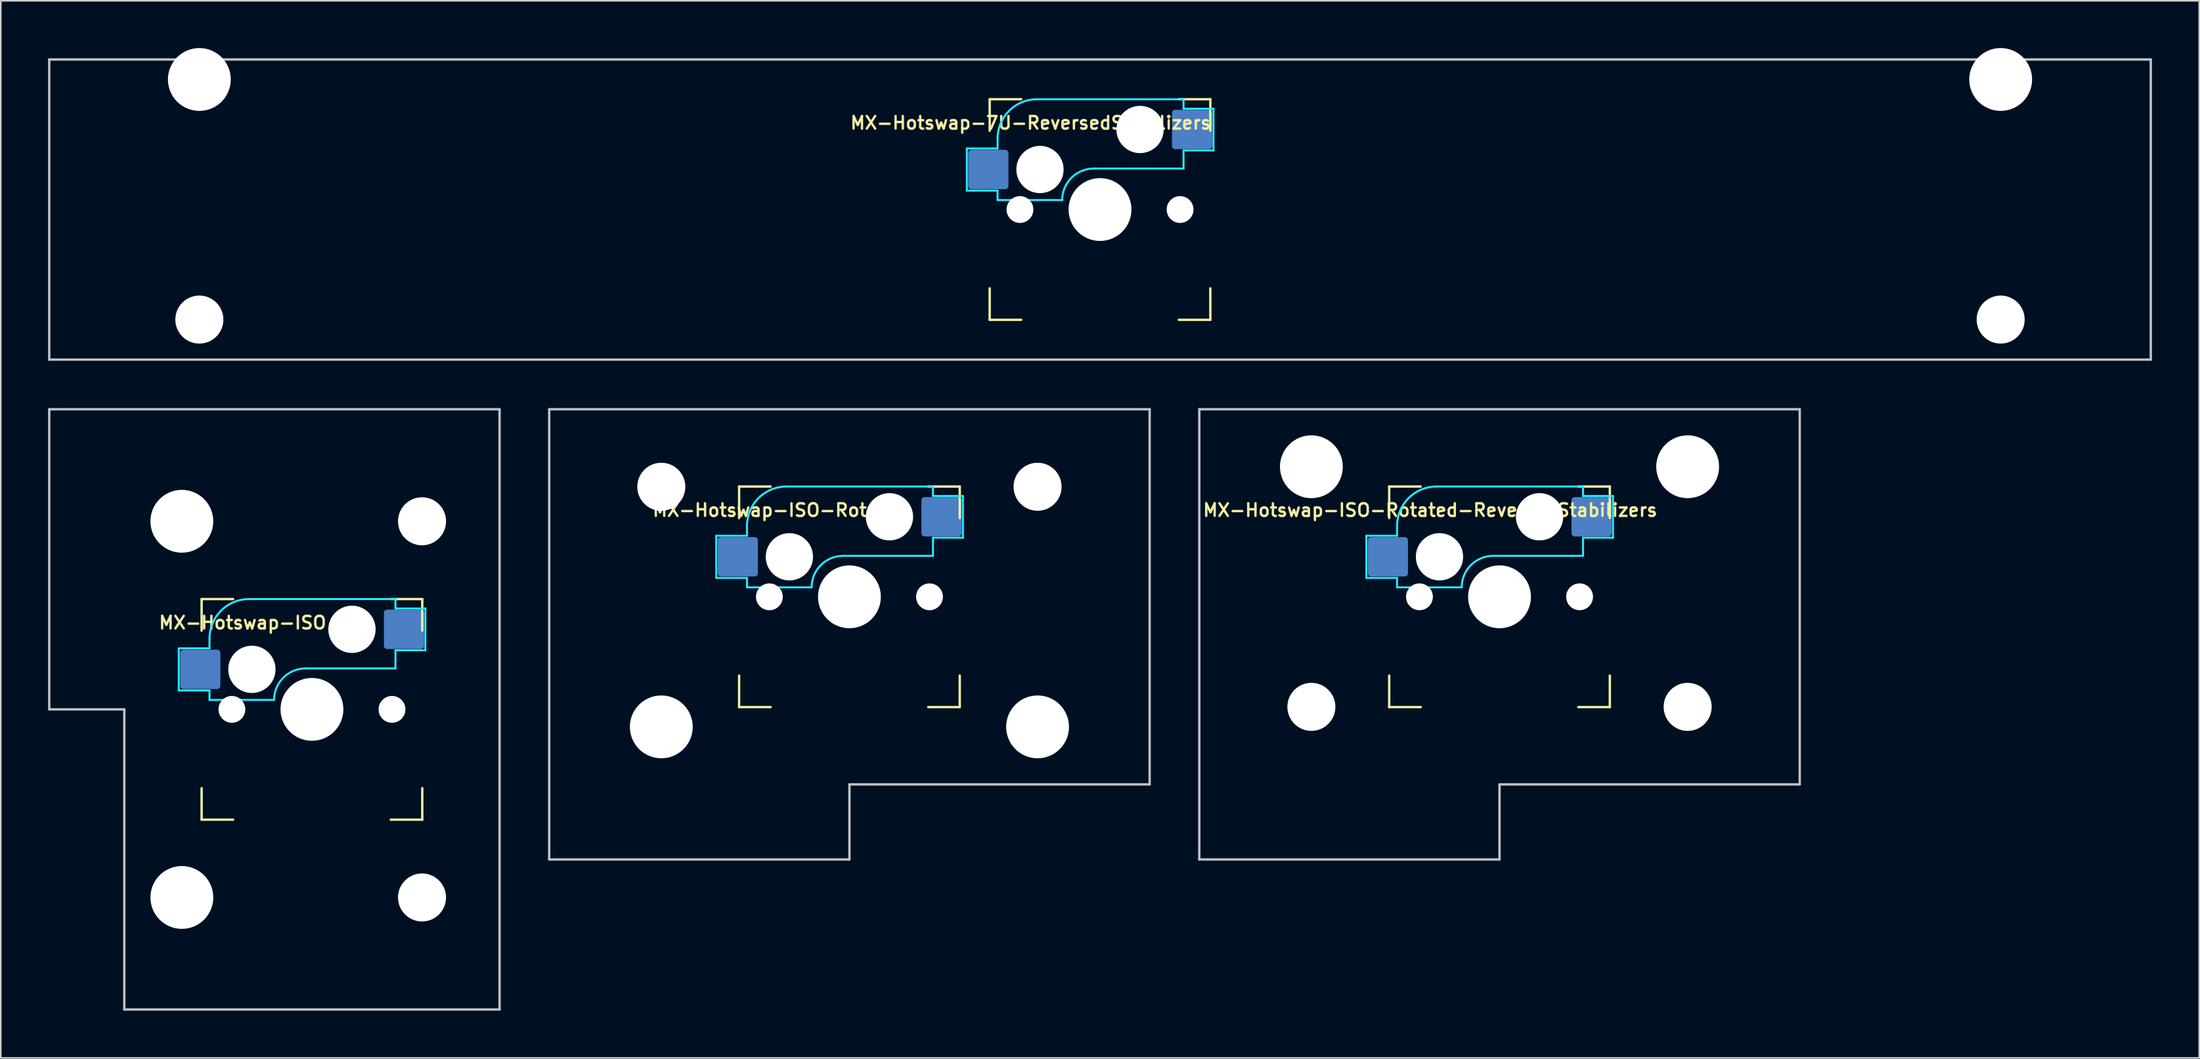
<source format=kicad_pcb>
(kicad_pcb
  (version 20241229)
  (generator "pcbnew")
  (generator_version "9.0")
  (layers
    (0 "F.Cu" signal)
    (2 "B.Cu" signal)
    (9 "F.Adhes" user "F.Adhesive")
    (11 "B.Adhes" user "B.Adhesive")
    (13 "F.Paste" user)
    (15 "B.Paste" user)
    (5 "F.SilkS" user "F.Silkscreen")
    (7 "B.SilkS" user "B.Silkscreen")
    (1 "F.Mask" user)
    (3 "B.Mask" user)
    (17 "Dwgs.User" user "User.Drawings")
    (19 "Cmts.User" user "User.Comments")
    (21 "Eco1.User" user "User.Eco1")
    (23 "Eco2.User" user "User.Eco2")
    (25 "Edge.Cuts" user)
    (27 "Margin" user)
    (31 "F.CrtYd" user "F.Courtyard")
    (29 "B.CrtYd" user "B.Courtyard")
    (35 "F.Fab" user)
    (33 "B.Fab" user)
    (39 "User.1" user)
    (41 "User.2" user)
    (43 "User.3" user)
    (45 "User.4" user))
  (footprint "MX-Hotswap-ISO"
    (layer "F.Cu")
    (at 16.744 41.974)
    (property "Reference" "MX-Hotswap-ISO" (at -4.4 -5.5 0) (layer "F.SilkS") (effects (font (size 0.8 0.8) (thickness 0.15))))
    (attr smd)
    (fp_line (start -7 -7) (end -7 -5) (stroke (width 0.15) (type solid)) (layer "F.SilkS"))
    (fp_line (start -7 5) (end -7 7) (stroke (width 0.15) (type solid)) (layer "F.SilkS"))
    (fp_line (start -7 7) (end -5 7) (stroke (width 0.15) (type solid)) (layer "F.SilkS"))
    (fp_line (start -5 -7) (end -7 -7) (stroke (width 0.15) (type solid)) (layer "F.SilkS"))
    (fp_line (start 5 -7) (end 7 -7) (stroke (width 0.15) (type solid)) (layer "F.SilkS"))
    (fp_line (start 5 7) (end 7 7) (stroke (width 0.15) (type solid)) (layer "F.SilkS"))
    (fp_line (start 7 -7) (end 7 -5) (stroke (width 0.15) (type solid)) (layer "F.SilkS"))
    (fp_line (start 7 7) (end 7 5) (stroke (width 0.15) (type solid)) (layer "F.SilkS"))
    (fp_line (start -16.669 -19.05) (end -16.669 0) (stroke (width 0.15) (type solid)) (layer "Dwgs.User"))
    (fp_line (start -16.669 -19.05) (end 11.906 -19.05) (stroke (width 0.15) (type solid)) (layer "Dwgs.User"))
    (fp_line (start -11.906 0) (end -16.669 0) (stroke (width 0.15) (type solid)) (layer "Dwgs.User"))
    (fp_line (start -11.906 19.05) (end -11.906 0) (stroke (width 0.15) (type solid)) (layer "Dwgs.User"))
    (fp_line (start -11.906 19.05) (end 11.906 19.05) (stroke (width 0.15) (type solid)) (layer "Dwgs.User"))
    (fp_line (start 11.906 -19.05) (end 11.906 19.05) (stroke (width 0.15) (type solid)) (layer "Dwgs.User"))
    (fp_line (start -8.45 -3.875) (end -8.45 -1.2) (stroke (width 0.127) (type solid)) (layer "B.CrtYd"))
    (fp_line (start -8.45 -1.2) (end -6.5 -1.2) (stroke (width 0.127) (type solid)) (layer "B.CrtYd"))
    (fp_line (start -6.5 -4.5) (end -6.5 -3.875) (stroke (width 0.127) (type solid)) (layer "B.CrtYd"))
    (fp_line (start -6.5 -3.875) (end -8.45 -3.875) (stroke (width 0.127) (type solid)) (layer "B.CrtYd"))
    (fp_line (start -6.5 -0.6) (end -6.5 -1.2) (stroke (width 0.127) (type solid)) (layer "B.CrtYd"))
    (fp_line (start -6.5 -0.6) (end -2.4 -0.6) (stroke (width 0.127) (type solid)) (layer "B.CrtYd"))
    (fp_line (start -0.4 -2.6) (end 5.3 -2.6) (stroke (width 0.127) (type solid)) (layer "B.CrtYd"))
    (fp_line (start 5.3 -7) (end -4 -7) (stroke (width 0.127) (type solid)) (layer "B.CrtYd"))
    (fp_line (start 5.3 -7) (end 5.3 -6.4) (stroke (width 0.127) (type solid)) (layer "B.CrtYd"))
    (fp_line (start 5.3 -6.4) (end 7.2 -6.4) (stroke (width 0.127) (type solid)) (layer "B.CrtYd"))
    (fp_line (start 5.3 -2.6) (end 5.3 -3.75) (stroke (width 0.127) (type solid)) (layer "B.CrtYd"))
    (fp_line (start 7.2 -6.4) (end 7.2 -3.75) (stroke (width 0.127) (type solid)) (layer "B.CrtYd"))
    (fp_line (start 7.2 -3.75) (end 5.3 -3.75) (stroke (width 0.127) (type solid)) (layer "B.CrtYd"))
    (fp_arc (start -6.5 -4.5) (mid -5.767767 -6.267767) (end -4 -7) (stroke (width 0.127) (type solid)) (layer "B.CrtYd"))
    (fp_arc (start -2.4 -0.6) (mid -1.814214 -2.014214) (end -0.4 -2.6) (stroke (width 0.127) (type solid)) (layer "B.CrtYd"))
    (pad "" np_thru_hole circle (at -8.255 -11.938) (size 3.988 3.988) (drill 3.988) (layers "*.Cu" "*.Mask"))
    (pad "" np_thru_hole circle (at -8.255 11.938) (size 3.988 3.988) (drill 3.988) (layers "*.Cu" "*.Mask"))
    (pad "" np_thru_hole circle (at -5.08 0 48.099) (size 1.702 1.702) (drill 1.702) (layers "*.Cu" "*.Mask"))
    (pad "" np_thru_hole circle (at -3.81 -2.54) (size 3 3) (drill 3) (layers "*.Cu" "*.Mask"))
    (pad "" np_thru_hole circle (at 0 0) (size 3.988 3.988) (drill 3.988) (layers "*.Cu" "*.Mask"))
    (pad "" np_thru_hole circle (at 2.54 -5.08) (size 3 3) (drill 3) (layers "*.Cu" "*.Mask"))
    (pad "" np_thru_hole circle (at 5.08 0 48.099) (size 1.702 1.702) (drill 1.702) (layers "*.Cu" "*.Mask"))
    (pad "" np_thru_hole circle (at 6.985 -11.938) (size 3.048 3.048) (drill 3.048) (layers "*.Cu" "*.Mask"))
    (pad "" np_thru_hole circle (at 6.985 11.938) (size 3.048 3.048) (drill 3.048) (layers "*.Cu" "*.Mask"))
    (pad "1" smd roundrect (at -7.085 -2.54) (size 2.55 2.5) (layers "B.Cu" "B.Mask" "B.Paste") (roundrect_rratio 0.08))
    (pad "2" smd roundrect (at 5.842 -5.08) (size 2.55 2.5) (layers "B.Cu" "B.Mask" "B.Paste") (roundrect_rratio 0.08)))
  (footprint "MX-Hotswap-ISO-Rotated-ReversedStabilizers"
    (layer "F.Cu")
    (at 92.1 34.83)
    (property "Reference" "MX-Hotswap-ISO-Rotated-ReversedStabilizers" (at -4.4 -5.5 0) (layer "F.SilkS") (effects (font (size 0.8 0.8) (thickness 0.15))))
    (attr smd)
    (fp_line (start -7 -7) (end -7 -5) (stroke (width 0.15) (type solid)) (layer "F.SilkS"))
    (fp_line (start -7 5) (end -7 7) (stroke (width 0.15) (type solid)) (layer "F.SilkS"))
    (fp_line (start -7 7) (end -5 7) (stroke (width 0.15) (type solid)) (layer "F.SilkS"))
    (fp_line (start -5 -7) (end -7 -7) (stroke (width 0.15) (type solid)) (layer "F.SilkS"))
    (fp_line (start 5 -7) (end 7 -7) (stroke (width 0.15) (type solid)) (layer "F.SilkS"))
    (fp_line (start 5 7) (end 7 7) (stroke (width 0.15) (type solid)) (layer "F.SilkS"))
    (fp_line (start 7 -7) (end 7 -5) (stroke (width 0.15) (type solid)) (layer "F.SilkS"))
    (fp_line (start 7 7) (end 7 5) (stroke (width 0.15) (type solid)) (layer "F.SilkS"))
    (fp_line (start -19.05 -11.906) (end 19.05 -11.906) (stroke (width 0.15) (type solid)) (layer "Dwgs.User"))
    (fp_line (start -19.05 16.669) (end -19.05 -11.906) (stroke (width 0.15) (type solid)) (layer "Dwgs.User"))
    (fp_line (start -19.05 16.669) (end 0 16.669) (stroke (width 0.15) (type solid)) (layer "Dwgs.User"))
    (fp_line (start 0 11.906) (end 0 16.669) (stroke (width 0.15) (type solid)) (layer "Dwgs.User"))
    (fp_line (start 19.05 11.906) (end 0 11.906) (stroke (width 0.15) (type solid)) (layer "Dwgs.User"))
    (fp_line (start 19.05 11.906) (end 19.05 -11.906) (stroke (width 0.15) (type solid)) (layer "Dwgs.User"))
    (fp_line (start -8.45 -3.875) (end -8.45 -1.2) (stroke (width 0.127) (type solid)) (layer "B.CrtYd"))
    (fp_line (start -8.45 -1.2) (end -6.5 -1.2) (stroke (width 0.127) (type solid)) (layer "B.CrtYd"))
    (fp_line (start -6.5 -4.5) (end -6.5 -3.875) (stroke (width 0.127) (type solid)) (layer "B.CrtYd"))
    (fp_line (start -6.5 -3.875) (end -8.45 -3.875) (stroke (width 0.127) (type solid)) (layer "B.CrtYd"))
    (fp_line (start -6.5 -0.6) (end -6.5 -1.2) (stroke (width 0.127) (type solid)) (layer "B.CrtYd"))
    (fp_line (start -6.5 -0.6) (end -2.4 -0.6) (stroke (width 0.127) (type solid)) (layer "B.CrtYd"))
    (fp_line (start -0.4 -2.6) (end 5.3 -2.6) (stroke (width 0.127) (type solid)) (layer "B.CrtYd"))
    (fp_line (start 5.3 -7) (end -4 -7) (stroke (width 0.127) (type solid)) (layer "B.CrtYd"))
    (fp_line (start 5.3 -7) (end 5.3 -6.4) (stroke (width 0.127) (type solid)) (layer "B.CrtYd"))
    (fp_line (start 5.3 -6.4) (end 7.2 -6.4) (stroke (width 0.127) (type solid)) (layer "B.CrtYd"))
    (fp_line (start 5.3 -2.6) (end 5.3 -3.75) (stroke (width 0.127) (type solid)) (layer "B.CrtYd"))
    (fp_line (start 7.2 -6.4) (end 7.2 -3.75) (stroke (width 0.127) (type solid)) (layer "B.CrtYd"))
    (fp_line (start 7.2 -3.75) (end 5.3 -3.75) (stroke (width 0.127) (type solid)) (layer "B.CrtYd"))
    (fp_arc (start -6.5 -4.5) (mid -5.767767 -6.267767) (end -4 -7) (stroke (width 0.127) (type solid)) (layer "B.CrtYd"))
    (fp_arc (start -2.4 -0.6) (mid -1.814214 -2.014214) (end -0.4 -2.6) (stroke (width 0.127) (type solid)) (layer "B.CrtYd"))
    (pad "" np_thru_hole circle (at -11.938 -8.255) (size 3.988 3.988) (drill 3.988) (layers "*.Cu" "*.Mask"))
    (pad "" np_thru_hole circle (at -11.938 6.985) (size 3.048 3.048) (drill 3.048) (layers "*.Cu" "*.Mask"))
    (pad "" np_thru_hole circle (at -5.08 0 48.099) (size 1.702 1.702) (drill 1.702) (layers "*.Cu" "*.Mask"))
    (pad "" np_thru_hole circle (at -3.81 -2.54) (size 3 3) (drill 3) (layers "*.Cu" "*.Mask"))
    (pad "" np_thru_hole circle (at 0 0) (size 3.988 3.988) (drill 3.988) (layers "*.Cu" "*.Mask"))
    (pad "" np_thru_hole circle (at 2.54 -5.08) (size 3 3) (drill 3) (layers "*.Cu" "*.Mask"))
    (pad "" np_thru_hole circle (at 5.08 0 48.099) (size 1.702 1.702) (drill 1.702) (layers "*.Cu" "*.Mask"))
    (pad "" np_thru_hole circle (at 11.938 -8.255) (size 3.988 3.988) (drill 3.988) (layers "*.Cu" "*.Mask"))
    (pad "" np_thru_hole circle (at 11.938 6.985) (size 3.048 3.048) (drill 3.048) (layers "*.Cu" "*.Mask"))
    (pad "1" smd roundrect (at -7.085 -2.54) (size 2.55 2.5) (layers "B.Cu" "B.Mask" "B.Paste") (roundrect_rratio 0.08))
    (pad "2" smd roundrect (at 5.842 -5.08) (size 2.55 2.5) (layers "B.Cu" "B.Mask" "B.Paste") (roundrect_rratio 0.08)))
  (footprint "MX-Hotswap-ISO-Rotated"
    (layer "F.Cu")
    (at 50.85 34.83)
    (property "Reference" "MX-Hotswap-ISO-Rotated" (at -4.4 -5.5 0) (layer "F.SilkS") (effects (font (size 0.8 0.8) (thickness 0.15))))
    (attr smd)
    (fp_line (start -7 -7) (end -7 -5) (stroke (width 0.15) (type solid)) (layer "F.SilkS"))
    (fp_line (start -7 5) (end -7 7) (stroke (width 0.15) (type solid)) (layer "F.SilkS"))
    (fp_line (start -7 7) (end -5 7) (stroke (width 0.15) (type solid)) (layer "F.SilkS"))
    (fp_line (start -5 -7) (end -7 -7) (stroke (width 0.15) (type solid)) (layer "F.SilkS"))
    (fp_line (start 5 -7) (end 7 -7) (stroke (width 0.15) (type solid)) (layer "F.SilkS"))
    (fp_line (start 5 7) (end 7 7) (stroke (width 0.15) (type solid)) (layer "F.SilkS"))
    (fp_line (start 7 -7) (end 7 -5) (stroke (width 0.15) (type solid)) (layer "F.SilkS"))
    (fp_line (start 7 7) (end 7 5) (stroke (width 0.15) (type solid)) (layer "F.SilkS"))
    (fp_line (start -19.05 -11.906) (end 19.05 -11.906) (stroke (width 0.15) (type solid)) (layer "Dwgs.User"))
    (fp_line (start -19.05 16.669) (end -19.05 -11.906) (stroke (width 0.15) (type solid)) (layer "Dwgs.User"))
    (fp_line (start -19.05 16.669) (end 0 16.669) (stroke (width 0.15) (type solid)) (layer "Dwgs.User"))
    (fp_line (start 0 11.906) (end 0 16.669) (stroke (width 0.15) (type solid)) (layer "Dwgs.User"))
    (fp_line (start 19.05 11.906) (end 0 11.906) (stroke (width 0.15) (type solid)) (layer "Dwgs.User"))
    (fp_line (start 19.05 11.906) (end 19.05 -11.906) (stroke (width 0.15) (type solid)) (layer "Dwgs.User"))
    (fp_line (start -8.45 -3.875) (end -8.45 -1.2) (stroke (width 0.127) (type solid)) (layer "B.CrtYd"))
    (fp_line (start -8.45 -1.2) (end -6.5 -1.2) (stroke (width 0.127) (type solid)) (layer "B.CrtYd"))
    (fp_line (start -6.5 -4.5) (end -6.5 -3.875) (stroke (width 0.127) (type solid)) (layer "B.CrtYd"))
    (fp_line (start -6.5 -3.875) (end -8.45 -3.875) (stroke (width 0.127) (type solid)) (layer "B.CrtYd"))
    (fp_line (start -6.5 -0.6) (end -6.5 -1.2) (stroke (width 0.127) (type solid)) (layer "B.CrtYd"))
    (fp_line (start -6.5 -0.6) (end -2.4 -0.6) (stroke (width 0.127) (type solid)) (layer "B.CrtYd"))
    (fp_line (start -0.4 -2.6) (end 5.3 -2.6) (stroke (width 0.127) (type solid)) (layer "B.CrtYd"))
    (fp_line (start 5.3 -7) (end -4 -7) (stroke (width 0.127) (type solid)) (layer "B.CrtYd"))
    (fp_line (start 5.3 -7) (end 5.3 -6.4) (stroke (width 0.127) (type solid)) (layer "B.CrtYd"))
    (fp_line (start 5.3 -6.4) (end 7.2 -6.4) (stroke (width 0.127) (type solid)) (layer "B.CrtYd"))
    (fp_line (start 5.3 -2.6) (end 5.3 -3.75) (stroke (width 0.127) (type solid)) (layer "B.CrtYd"))
    (fp_line (start 7.2 -6.4) (end 7.2 -3.75) (stroke (width 0.127) (type solid)) (layer "B.CrtYd"))
    (fp_line (start 7.2 -3.75) (end 5.3 -3.75) (stroke (width 0.127) (type solid)) (layer "B.CrtYd"))
    (fp_arc (start -6.5 -4.5) (mid -5.767767 -6.267767) (end -4 -7) (stroke (width 0.127) (type solid)) (layer "B.CrtYd"))
    (fp_arc (start -2.4 -0.6) (mid -1.814214 -2.014214) (end -0.4 -2.6) (stroke (width 0.127) (type solid)) (layer "B.CrtYd"))
    (pad "" np_thru_hole circle (at -11.938 -6.985) (size 3.048 3.048) (drill 3.048) (layers "*.Cu" "*.Mask"))
    (pad "" np_thru_hole circle (at -11.938 8.255) (size 3.988 3.988) (drill 3.988) (layers "*.Cu" "*.Mask"))
    (pad "" np_thru_hole circle (at -5.08 0 48.099) (size 1.702 1.702) (drill 1.702) (layers "*.Cu" "*.Mask"))
    (pad "" np_thru_hole circle (at -3.81 -2.54) (size 3 3) (drill 3) (layers "*.Cu" "*.Mask"))
    (pad "" np_thru_hole circle (at 0 0) (size 3.988 3.988) (drill 3.988) (layers "*.Cu" "*.Mask"))
    (pad "" np_thru_hole circle (at 2.54 -5.08) (size 3 3) (drill 3) (layers "*.Cu" "*.Mask"))
    (pad "" np_thru_hole circle (at 5.08 0 48.099) (size 1.702 1.702) (drill 1.702) (layers "*.Cu" "*.Mask"))
    (pad "" np_thru_hole circle (at 11.938 -6.985) (size 3.048 3.048) (drill 3.048) (layers "*.Cu" "*.Mask"))
    (pad "" np_thru_hole circle (at 11.938 8.255) (size 3.988 3.988) (drill 3.988) (layers "*.Cu" "*.Mask"))
    (pad "1" smd roundrect (at -7.085 -2.54) (size 2.55 2.5) (layers "B.Cu" "B.Mask" "B.Paste") (roundrect_rratio 0.08))
    (pad "2" smd roundrect (at 5.842 -5.08) (size 2.55 2.5) (layers "B.Cu" "B.Mask" "B.Paste") (roundrect_rratio 0.08)))
  (footprint "MX-Hotswap-7U-ReversedStabilizers"
    (layer "F.Cu")
    (at 66.75 10.249)
    (property "Reference" "MX-Hotswap-7U-ReversedStabilizers" (at -4.4 -5.5 0) (layer "F.SilkS") (effects (font (size 0.8 0.8) (thickness 0.15))))
    (attr smd)
    (fp_line (start -7 -7) (end -7 -5) (stroke (width 0.15) (type solid)) (layer "F.SilkS"))
    (fp_line (start -7 5) (end -7 7) (stroke (width 0.15) (type solid)) (layer "F.SilkS"))
    (fp_line (start -7 7) (end -5 7) (stroke (width 0.15) (type solid)) (layer "F.SilkS"))
    (fp_line (start -5 -7) (end -7 -7) (stroke (width 0.15) (type solid)) (layer "F.SilkS"))
    (fp_line (start 5 -7) (end 7 -7) (stroke (width 0.15) (type solid)) (layer "F.SilkS"))
    (fp_line (start 5 7) (end 7 7) (stroke (width 0.15) (type solid)) (layer "F.SilkS"))
    (fp_line (start 7 -7) (end 7 -5) (stroke (width 0.15) (type solid)) (layer "F.SilkS"))
    (fp_line (start 7 7) (end 7 5) (stroke (width 0.15) (type solid)) (layer "F.SilkS"))
    (fp_line (start -66.675 9.525) (end -66.675 -9.525) (stroke (width 0.15) (type solid)) (layer "Dwgs.User"))
    (fp_line (start 66.675 -9.525) (end -66.675 -9.525) (stroke (width 0.15) (type solid)) (layer "Dwgs.User"))
    (fp_line (start 66.675 9.525) (end -66.675 9.525) (stroke (width 0.15) (type solid)) (layer "Dwgs.User"))
    (fp_line (start 66.675 9.525) (end 66.675 -9.525) (stroke (width 0.15) (type solid)) (layer "Dwgs.User"))
    (fp_line (start -8.45 -3.875) (end -8.45 -1.2) (stroke (width 0.127) (type solid)) (layer "B.CrtYd"))
    (fp_line (start -8.45 -1.2) (end -6.5 -1.2) (stroke (width 0.127) (type solid)) (layer "B.CrtYd"))
    (fp_line (start -6.5 -4.5) (end -6.5 -3.875) (stroke (width 0.127) (type solid)) (layer "B.CrtYd"))
    (fp_line (start -6.5 -3.875) (end -8.45 -3.875) (stroke (width 0.127) (type solid)) (layer "B.CrtYd"))
    (fp_line (start -6.5 -0.6) (end -6.5 -1.2) (stroke (width 0.127) (type solid)) (layer "B.CrtYd"))
    (fp_line (start -6.5 -0.6) (end -2.4 -0.6) (stroke (width 0.127) (type solid)) (layer "B.CrtYd"))
    (fp_line (start -0.4 -2.6) (end 5.3 -2.6) (stroke (width 0.127) (type solid)) (layer "B.CrtYd"))
    (fp_line (start 5.3 -7) (end -4 -7) (stroke (width 0.127) (type solid)) (layer "B.CrtYd"))
    (fp_line (start 5.3 -7) (end 5.3 -6.4) (stroke (width 0.127) (type solid)) (layer "B.CrtYd"))
    (fp_line (start 5.3 -6.4) (end 7.2 -6.4) (stroke (width 0.127) (type solid)) (layer "B.CrtYd"))
    (fp_line (start 5.3 -2.6) (end 5.3 -3.75) (stroke (width 0.127) (type solid)) (layer "B.CrtYd"))
    (fp_line (start 7.2 -6.4) (end 7.2 -3.75) (stroke (width 0.127) (type solid)) (layer "B.CrtYd"))
    (fp_line (start 7.2 -3.75) (end 5.3 -3.75) (stroke (width 0.127) (type solid)) (layer "B.CrtYd"))
    (fp_arc (start -6.5 -4.5) (mid -5.767767 -6.267767) (end -4 -7) (stroke (width 0.127) (type solid)) (layer "B.CrtYd"))
    (fp_arc (start -2.4 -0.6) (mid -1.814214 -2.014214) (end -0.4 -2.6) (stroke (width 0.127) (type solid)) (layer "B.CrtYd"))
    (pad "" np_thru_hole circle (at -57.15 -8.255) (size 3.988 3.988) (drill 3.988) (layers "*.Cu" "*.Mask"))
    (pad "" np_thru_hole circle (at -57.15 6.985) (size 3.048 3.048) (drill 3.048) (layers "*.Cu" "*.Mask"))
    (pad "" np_thru_hole circle (at -5.08 0 48.099) (size 1.702 1.702) (drill 1.702) (layers "*.Cu" "*.Mask"))
    (pad "" np_thru_hole circle (at -3.81 -2.54) (size 3 3) (drill 3) (layers "*.Cu" "*.Mask"))
    (pad "" np_thru_hole circle (at 0 0) (size 3.988 3.988) (drill 3.988) (layers "*.Cu" "*.Mask"))
    (pad "" np_thru_hole circle (at 2.54 -5.08) (size 3 3) (drill 3) (layers "*.Cu" "*.Mask"))
    (pad "" np_thru_hole circle (at 5.08 0 48.099) (size 1.702 1.702) (drill 1.702) (layers "*.Cu" "*.Mask"))
    (pad "" np_thru_hole circle (at 57.15 -8.255) (size 3.988 3.988) (drill 3.988) (layers "*.Cu" "*.Mask"))
    (pad "" np_thru_hole circle (at 57.15 6.985) (size 3.048 3.048) (drill 3.048) (layers "*.Cu" "*.Mask"))
    (pad "1" smd roundrect (at -7.085 -2.54) (size 2.55 2.5) (layers "B.Cu" "B.Mask" "B.Paste") (roundrect_rratio 0.08))
    (pad "2" smd roundrect (at 5.842 -5.08) (size 2.55 2.5) (layers "B.Cu" "B.Mask" "B.Paste") (roundrect_rratio 0.08)))
  (gr_rect
    (start -3 -3)
    (end 136.5 64.099)
    (stroke (width 0.1) (type default))
    (fill no)
    (layer "Edge.Cuts")))
</source>
